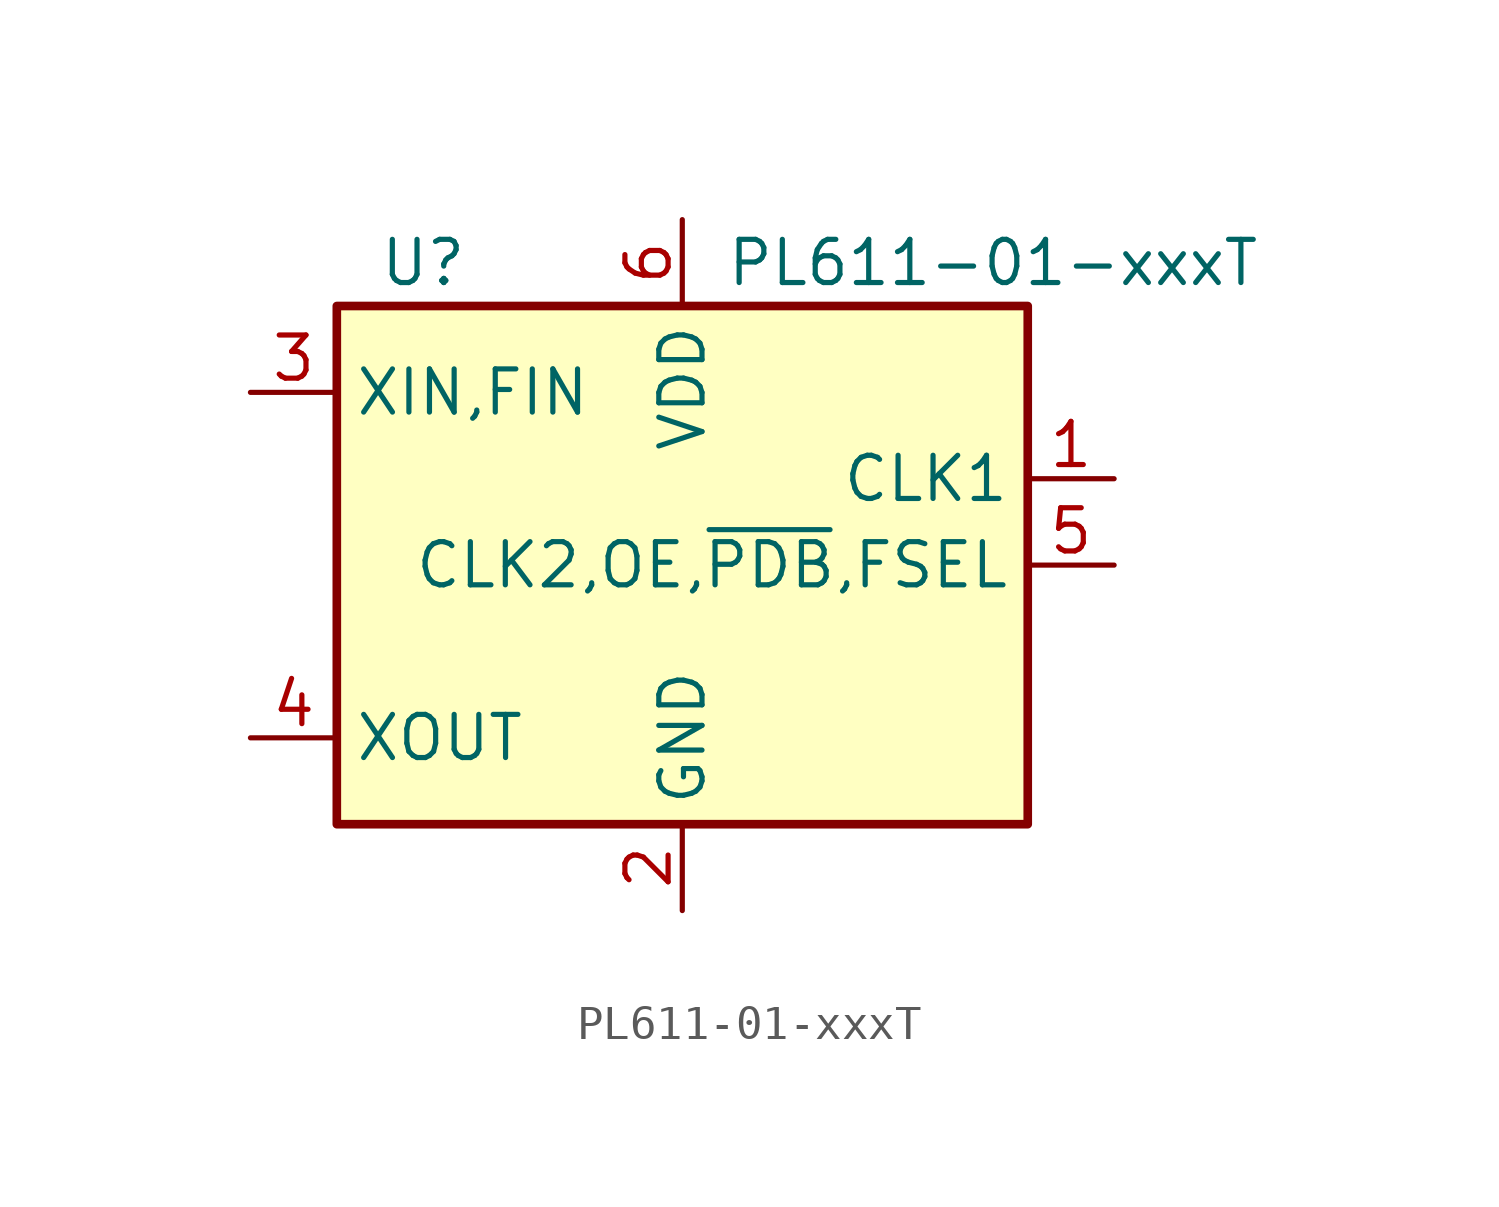
<source format=kicad_sym>
(kicad_symbol_lib
  (version 20241209)
  (generator "kicad_symbol_editor")
  (generator_version "9.0")
  (symbol "PL611-01-xxxT"
    (property "Reference" "U"
      (at -7.62 8.89 0)
      (effects (font (size 1.27 1.27))))
    (property "Value" "PL611-01-xxxT"
      (at 1.27 8.89 0)
      (effects (font (size 1.27 1.27)) (justify left)))
    (symbol "PL611-01-xxxT_0_1"
      (rectangle (start -10.16 7.62) (end 10.16 -7.62) (stroke (width 0.254) (type default)) (fill (type background))))
    (symbol "PL611-01-xxxT_1_1"
      (pin input line (at -12.7 5.08 0) (length 2.54) (name "XIN,FIN" (effects (font (size 1.27 1.27)))) (number "3" (effects (font (size 1.27 1.27)))))
      (pin output line (at -12.7 -5.08 0) (length 2.54) (name "XOUT" (effects (font (size 1.27 1.27)))) (number "4" (effects (font (size 1.27 1.27)))))
      (pin power_in line (at 0 10.16 270) (length 2.54) (name "VDD" (effects (font (size 1.27 1.27)))) (number "6" (effects (font (size 1.27 1.27)))))
      (pin power_in line (at 0 -10.16 90) (length 2.54) (name "GND" (effects (font (size 1.27 1.27)))) (number "2" (effects (font (size 1.27 1.27)))))
      (pin output line (at 12.7 2.54 180) (length 2.54) (name "CLK1" (effects (font (size 1.27 1.27)))) (number "1" (effects (font (size 1.27 1.27)))))
      (pin bidirectional line (at 12.7 0 180) (length 2.54) (name "CLK2,OE,~{PDB},FSEL" (effects (font (size 1.27 1.27)))) (number "5" (effects (font (size 1.27 1.27))))))))
</source>
